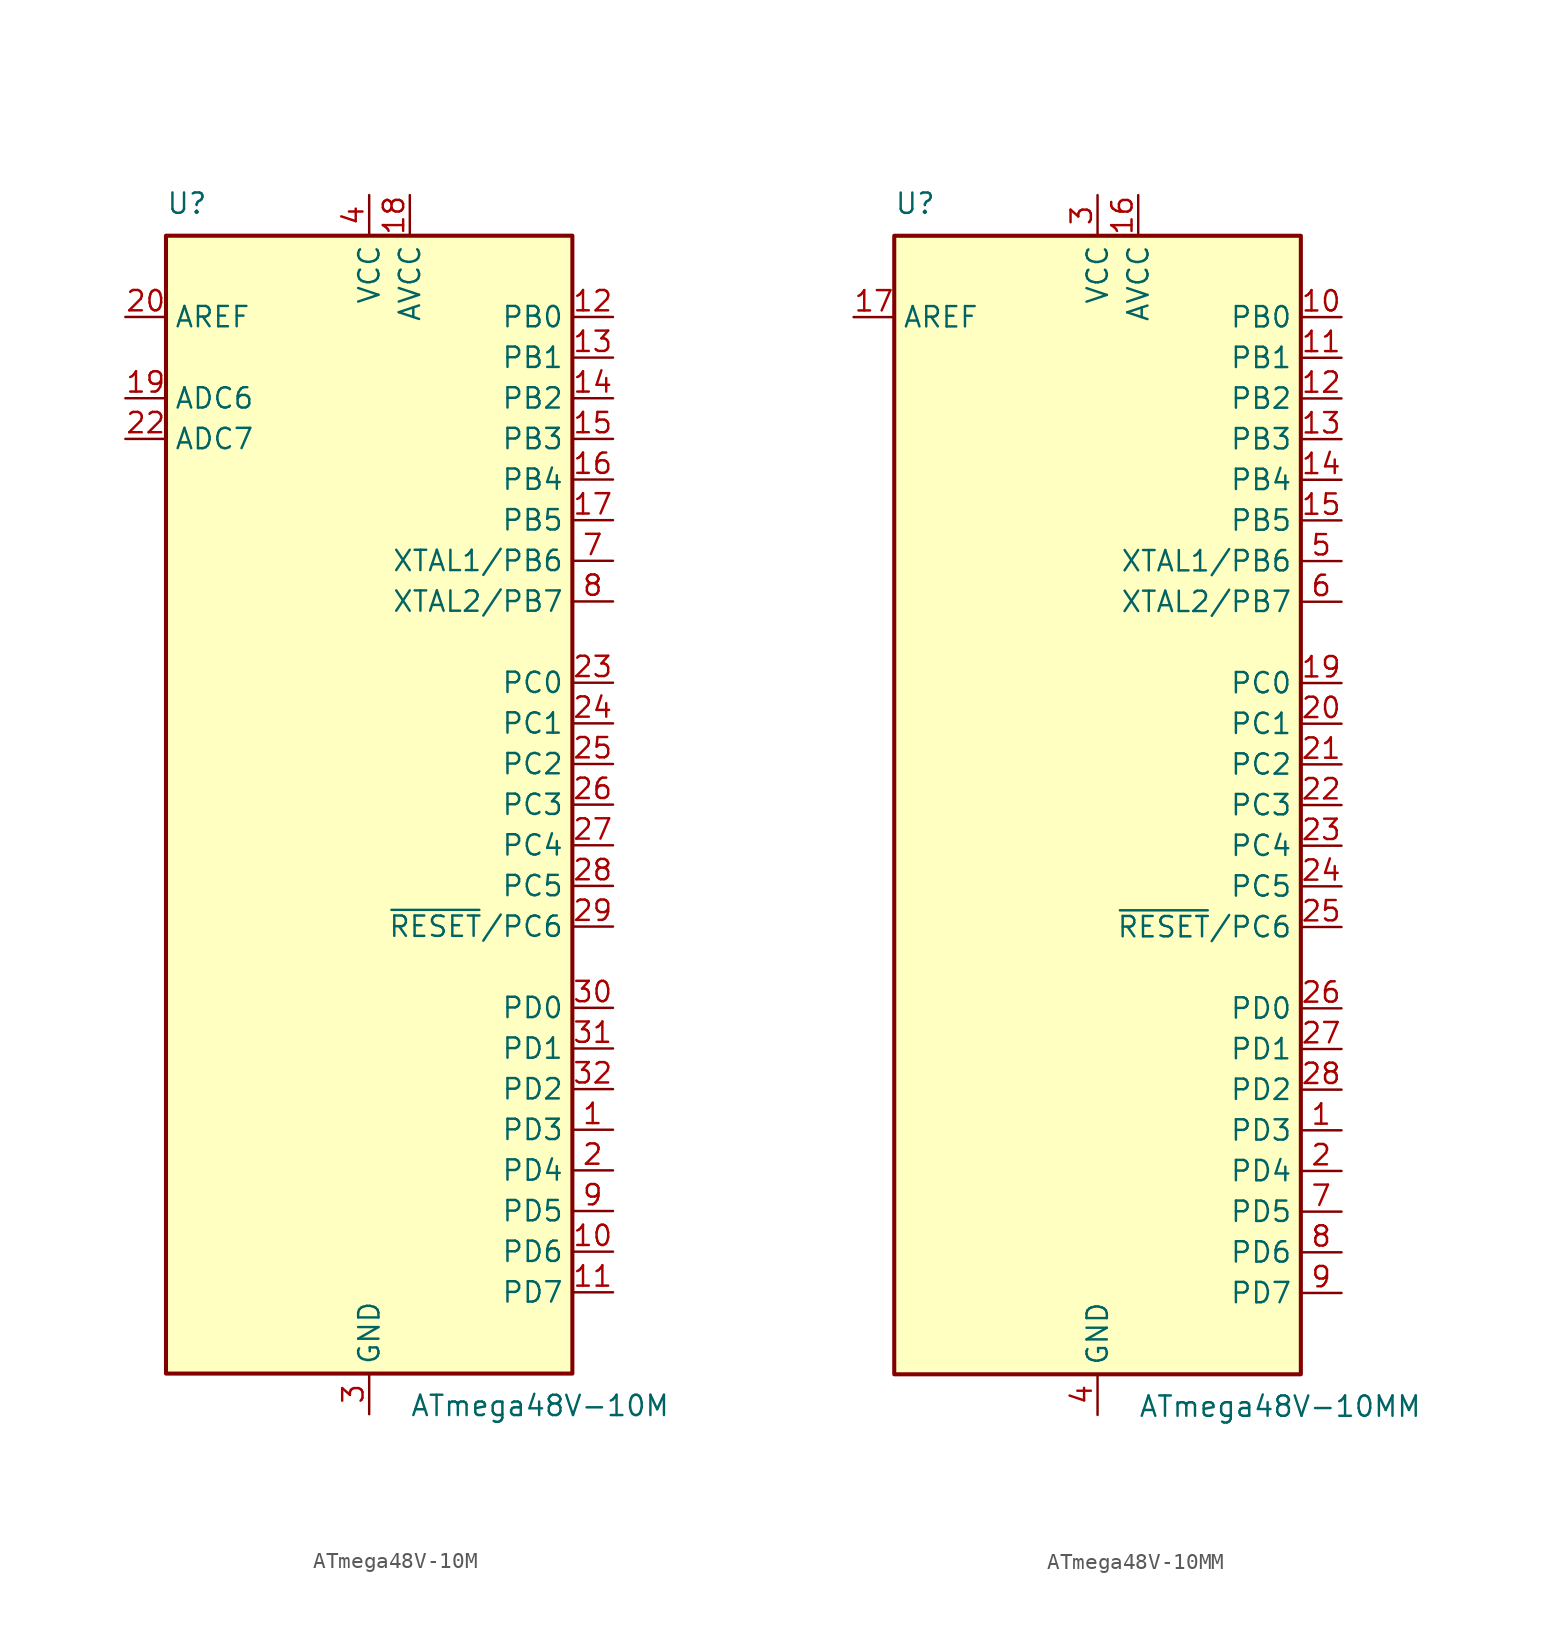
<source format=kicad_sym>
(kicad_symbol_lib
  (version 20211014)
  (generator kicad_symbol_editor)
  (symbol "ATmega48V-10M"
    (property "Reference" "U"
      (at -12.7 36.83 0)
      (effects (font (size 1.27 1.27)) (justify left bottom)))
    (property "Value" "ATmega48V-10M"
      (at 2.54 -36.83 0)
      (effects (font (size 1.27 1.27)) (justify left top)))
    (symbol "ATmega48V-10M_0_1"
      (rectangle (start -12.7 -35.56) (end 12.7 35.56) (stroke (width 0.254) (type default) (color 0 0 0 0)) (fill (type background))))
    (symbol "ATmega48V-10M_1_1"
      (pin bidirectional line (at 15.24 -20.32 180) (length 2.54) (name "PD3" (effects (font (size 1.27 1.27)))) (number "1" (effects (font (size 1.27 1.27)))))
      (pin bidirectional line (at 15.24 -27.94 180) (length 2.54) (name "PD6" (effects (font (size 1.27 1.27)))) (number "10" (effects (font (size 1.27 1.27)))))
      (pin bidirectional line (at 15.24 -30.48 180) (length 2.54) (name "PD7" (effects (font (size 1.27 1.27)))) (number "11" (effects (font (size 1.27 1.27)))))
      (pin bidirectional line (at 15.24 30.48 180) (length 2.54) (name "PB0" (effects (font (size 1.27 1.27)))) (number "12" (effects (font (size 1.27 1.27)))))
      (pin bidirectional line (at 15.24 27.94 180) (length 2.54) (name "PB1" (effects (font (size 1.27 1.27)))) (number "13" (effects (font (size 1.27 1.27)))))
      (pin bidirectional line (at 15.24 25.4 180) (length 2.54) (name "PB2" (effects (font (size 1.27 1.27)))) (number "14" (effects (font (size 1.27 1.27)))))
      (pin bidirectional line (at 15.24 22.86 180) (length 2.54) (name "PB3" (effects (font (size 1.27 1.27)))) (number "15" (effects (font (size 1.27 1.27)))))
      (pin bidirectional line (at 15.24 20.32 180) (length 2.54) (name "PB4" (effects (font (size 1.27 1.27)))) (number "16" (effects (font (size 1.27 1.27)))))
      (pin bidirectional line (at 15.24 17.78 180) (length 2.54) (name "PB5" (effects (font (size 1.27 1.27)))) (number "17" (effects (font (size 1.27 1.27)))))
      (pin power_in line (at 2.54 38.1 270) (length 2.54) (name "AVCC" (effects (font (size 1.27 1.27)))) (number "18" (effects (font (size 1.27 1.27)))))
      (pin input line (at -15.24 25.4 0) (length 2.54) (name "ADC6" (effects (font (size 1.27 1.27)))) (number "19" (effects (font (size 1.27 1.27)))))
      (pin bidirectional line (at 15.24 -22.86 180) (length 2.54) (name "PD4" (effects (font (size 1.27 1.27)))) (number "2" (effects (font (size 1.27 1.27)))))
      (pin passive line (at -15.24 30.48 0) (length 2.54) (name "AREF" (effects (font (size 1.27 1.27)))) (number "20" (effects (font (size 1.27 1.27)))))
      (pin passive line (at 0 -38.1 90) (length 2.54) hide (name "GND" (effects (font (size 1.27 1.27)))) (number "21" (effects (font (size 1.27 1.27)))))
      (pin input line (at -15.24 22.86 0) (length 2.54) (name "ADC7" (effects (font (size 1.27 1.27)))) (number "22" (effects (font (size 1.27 1.27)))))
      (pin bidirectional line (at 15.24 7.62 180) (length 2.54) (name "PC0" (effects (font (size 1.27 1.27)))) (number "23" (effects (font (size 1.27 1.27)))))
      (pin bidirectional line (at 15.24 5.08 180) (length 2.54) (name "PC1" (effects (font (size 1.27 1.27)))) (number "24" (effects (font (size 1.27 1.27)))))
      (pin bidirectional line (at 15.24 2.54 180) (length 2.54) (name "PC2" (effects (font (size 1.27 1.27)))) (number "25" (effects (font (size 1.27 1.27)))))
      (pin bidirectional line (at 15.24 0 180) (length 2.54) (name "PC3" (effects (font (size 1.27 1.27)))) (number "26" (effects (font (size 1.27 1.27)))))
      (pin bidirectional line (at 15.24 -2.54 180) (length 2.54) (name "PC4" (effects (font (size 1.27 1.27)))) (number "27" (effects (font (size 1.27 1.27)))))
      (pin bidirectional line (at 15.24 -5.08 180) (length 2.54) (name "PC5" (effects (font (size 1.27 1.27)))) (number "28" (effects (font (size 1.27 1.27)))))
      (pin bidirectional line (at 15.24 -7.62 180) (length 2.54) (name "~{RESET}/PC6" (effects (font (size 1.27 1.27)))) (number "29" (effects (font (size 1.27 1.27)))))
      (pin power_in line (at 0 -38.1 90) (length 2.54) (name "GND" (effects (font (size 1.27 1.27)))) (number "3" (effects (font (size 1.27 1.27)))))
      (pin bidirectional line (at 15.24 -12.7 180) (length 2.54) (name "PD0" (effects (font (size 1.27 1.27)))) (number "30" (effects (font (size 1.27 1.27)))))
      (pin bidirectional line (at 15.24 -15.24 180) (length 2.54) (name "PD1" (effects (font (size 1.27 1.27)))) (number "31" (effects (font (size 1.27 1.27)))))
      (pin bidirectional line (at 15.24 -17.78 180) (length 2.54) (name "PD2" (effects (font (size 1.27 1.27)))) (number "32" (effects (font (size 1.27 1.27)))))
      (pin passive line (at 0 -38.1 90) (length 2.54) hide (name "GND" (effects (font (size 1.27 1.27)))) (number "33" (effects (font (size 1.27 1.27)))))
      (pin power_in line (at 0 38.1 270) (length 2.54) (name "VCC" (effects (font (size 1.27 1.27)))) (number "4" (effects (font (size 1.27 1.27)))))
      (pin passive line (at 0 -38.1 90) (length 2.54) hide (name "GND" (effects (font (size 1.27 1.27)))) (number "5" (effects (font (size 1.27 1.27)))))
      (pin passive line (at 0 38.1 270) (length 2.54) hide (name "VCC" (effects (font (size 1.27 1.27)))) (number "6" (effects (font (size 1.27 1.27)))))
      (pin bidirectional line (at 15.24 15.24 180) (length 2.54) (name "XTAL1/PB6" (effects (font (size 1.27 1.27)))) (number "7" (effects (font (size 1.27 1.27)))))
      (pin bidirectional line (at 15.24 12.7 180) (length 2.54) (name "XTAL2/PB7" (effects (font (size 1.27 1.27)))) (number "8" (effects (font (size 1.27 1.27)))))
      (pin bidirectional line (at 15.24 -25.4 180) (length 2.54) (name "PD5" (effects (font (size 1.27 1.27)))) (number "9" (effects (font (size 1.27 1.27)))))))
  (symbol "ATmega48V-10MM"
    (property "Reference" "U"
      (at -12.7 36.83 0)
      (effects (font (size 1.27 1.27)) (justify left bottom)))
    (property "Value" "ATmega48V-10MM"
      (at 2.54 -36.83 0)
      (effects (font (size 1.27 1.27)) (justify left top)))
    (symbol "ATmega48V-10MM_0_1"
      (rectangle (start -12.7 -35.56) (end 12.7 35.56) (stroke (width 0.254) (type default) (color 0 0 0 0)) (fill (type background))))
    (symbol "ATmega48V-10MM_1_1"
      (pin bidirectional line (at 15.24 -20.32 180) (length 2.54) (name "PD3" (effects (font (size 1.27 1.27)))) (number "1" (effects (font (size 1.27 1.27)))))
      (pin bidirectional line (at 15.24 30.48 180) (length 2.54) (name "PB0" (effects (font (size 1.27 1.27)))) (number "10" (effects (font (size 1.27 1.27)))))
      (pin bidirectional line (at 15.24 27.94 180) (length 2.54) (name "PB1" (effects (font (size 1.27 1.27)))) (number "11" (effects (font (size 1.27 1.27)))))
      (pin bidirectional line (at 15.24 25.4 180) (length 2.54) (name "PB2" (effects (font (size 1.27 1.27)))) (number "12" (effects (font (size 1.27 1.27)))))
      (pin bidirectional line (at 15.24 22.86 180) (length 2.54) (name "PB3" (effects (font (size 1.27 1.27)))) (number "13" (effects (font (size 1.27 1.27)))))
      (pin bidirectional line (at 15.24 20.32 180) (length 2.54) (name "PB4" (effects (font (size 1.27 1.27)))) (number "14" (effects (font (size 1.27 1.27)))))
      (pin bidirectional line (at 15.24 17.78 180) (length 2.54) (name "PB5" (effects (font (size 1.27 1.27)))) (number "15" (effects (font (size 1.27 1.27)))))
      (pin power_in line (at 2.54 38.1 270) (length 2.54) (name "AVCC" (effects (font (size 1.27 1.27)))) (number "16" (effects (font (size 1.27 1.27)))))
      (pin passive line (at -15.24 30.48 0) (length 2.54) (name "AREF" (effects (font (size 1.27 1.27)))) (number "17" (effects (font (size 1.27 1.27)))))
      (pin passive line (at 0 -38.1 90) (length 2.54) hide (name "GND" (effects (font (size 1.27 1.27)))) (number "18" (effects (font (size 1.27 1.27)))))
      (pin bidirectional line (at 15.24 7.62 180) (length 2.54) (name "PC0" (effects (font (size 1.27 1.27)))) (number "19" (effects (font (size 1.27 1.27)))))
      (pin bidirectional line (at 15.24 -22.86 180) (length 2.54) (name "PD4" (effects (font (size 1.27 1.27)))) (number "2" (effects (font (size 1.27 1.27)))))
      (pin bidirectional line (at 15.24 5.08 180) (length 2.54) (name "PC1" (effects (font (size 1.27 1.27)))) (number "20" (effects (font (size 1.27 1.27)))))
      (pin bidirectional line (at 15.24 2.54 180) (length 2.54) (name "PC2" (effects (font (size 1.27 1.27)))) (number "21" (effects (font (size 1.27 1.27)))))
      (pin bidirectional line (at 15.24 0 180) (length 2.54) (name "PC3" (effects (font (size 1.27 1.27)))) (number "22" (effects (font (size 1.27 1.27)))))
      (pin bidirectional line (at 15.24 -2.54 180) (length 2.54) (name "PC4" (effects (font (size 1.27 1.27)))) (number "23" (effects (font (size 1.27 1.27)))))
      (pin bidirectional line (at 15.24 -5.08 180) (length 2.54) (name "PC5" (effects (font (size 1.27 1.27)))) (number "24" (effects (font (size 1.27 1.27)))))
      (pin bidirectional line (at 15.24 -7.62 180) (length 2.54) (name "~{RESET}/PC6" (effects (font (size 1.27 1.27)))) (number "25" (effects (font (size 1.27 1.27)))))
      (pin bidirectional line (at 15.24 -12.7 180) (length 2.54) (name "PD0" (effects (font (size 1.27 1.27)))) (number "26" (effects (font (size 1.27 1.27)))))
      (pin bidirectional line (at 15.24 -15.24 180) (length 2.54) (name "PD1" (effects (font (size 1.27 1.27)))) (number "27" (effects (font (size 1.27 1.27)))))
      (pin bidirectional line (at 15.24 -17.78 180) (length 2.54) (name "PD2" (effects (font (size 1.27 1.27)))) (number "28" (effects (font (size 1.27 1.27)))))
      (pin passive line (at 0 -38.1 90) (length 2.54) hide (name "GND" (effects (font (size 1.27 1.27)))) (number "29" (effects (font (size 1.27 1.27)))))
      (pin power_in line (at 0 38.1 270) (length 2.54) (name "VCC" (effects (font (size 1.27 1.27)))) (number "3" (effects (font (size 1.27 1.27)))))
      (pin power_in line (at 0 -38.1 90) (length 2.54) (name "GND" (effects (font (size 1.27 1.27)))) (number "4" (effects (font (size 1.27 1.27)))))
      (pin bidirectional line (at 15.24 15.24 180) (length 2.54) (name "XTAL1/PB6" (effects (font (size 1.27 1.27)))) (number "5" (effects (font (size 1.27 1.27)))))
      (pin bidirectional line (at 15.24 12.7 180) (length 2.54) (name "XTAL2/PB7" (effects (font (size 1.27 1.27)))) (number "6" (effects (font (size 1.27 1.27)))))
      (pin bidirectional line (at 15.24 -25.4 180) (length 2.54) (name "PD5" (effects (font (size 1.27 1.27)))) (number "7" (effects (font (size 1.27 1.27)))))
      (pin bidirectional line (at 15.24 -27.94 180) (length 2.54) (name "PD6" (effects (font (size 1.27 1.27)))) (number "8" (effects (font (size 1.27 1.27)))))
      (pin bidirectional line (at 15.24 -30.48 180) (length 2.54) (name "PD7" (effects (font (size 1.27 1.27)))) (number "9" (effects (font (size 1.27 1.27))))))))
</source>
